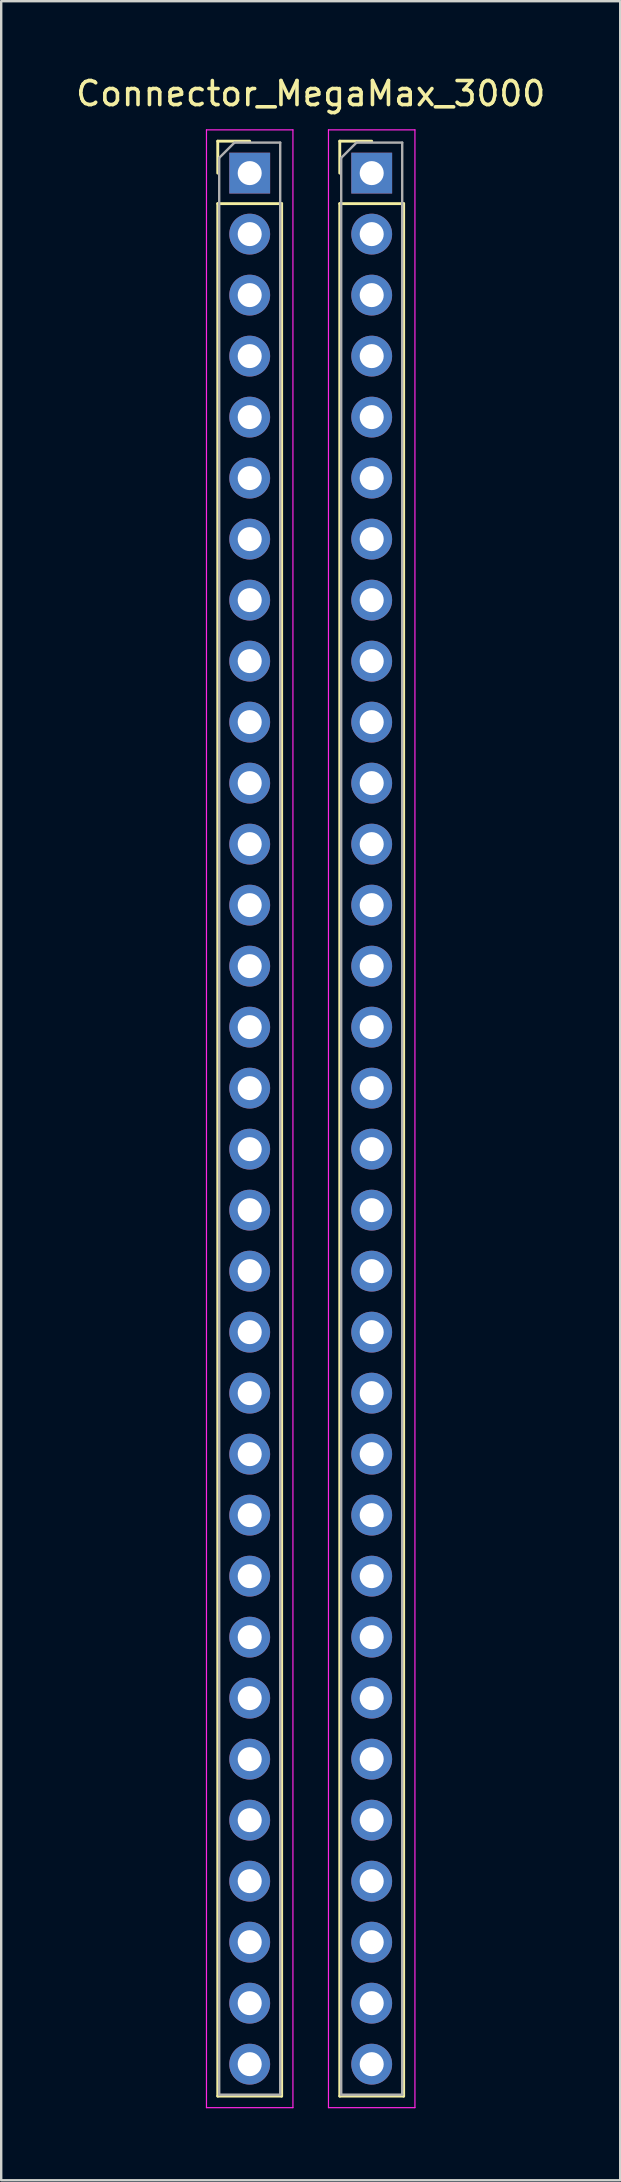
<source format=kicad_pcb>
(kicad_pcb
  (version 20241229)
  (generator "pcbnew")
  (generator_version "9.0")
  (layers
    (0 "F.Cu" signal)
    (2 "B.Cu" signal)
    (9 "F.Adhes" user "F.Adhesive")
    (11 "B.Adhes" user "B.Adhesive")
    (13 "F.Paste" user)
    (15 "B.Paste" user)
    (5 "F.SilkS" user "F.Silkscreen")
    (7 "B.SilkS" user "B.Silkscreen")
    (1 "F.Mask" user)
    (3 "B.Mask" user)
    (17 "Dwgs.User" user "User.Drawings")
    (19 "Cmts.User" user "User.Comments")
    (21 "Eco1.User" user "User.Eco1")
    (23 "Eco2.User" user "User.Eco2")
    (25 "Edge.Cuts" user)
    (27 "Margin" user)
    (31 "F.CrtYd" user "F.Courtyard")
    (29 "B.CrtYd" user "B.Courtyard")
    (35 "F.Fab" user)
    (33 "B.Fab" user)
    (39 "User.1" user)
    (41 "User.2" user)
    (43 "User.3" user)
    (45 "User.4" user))
  (footprint "Connector_MegaMax_3000"
    (layer "F.Cu")
    (at 9.887 43.528)
    (property "Reference" "Connector_MegaMax_3000" (at 0 -42.68 0) (layer "F.SilkS") (effects (font (size 1 1) (thickness 0.15))))
    (attr through_hole)
    (fp_line (start -3.87 -40.7) (end -2.54 -40.7) (stroke (width 0.12) (type solid)) (layer "F.SilkS"))
    (fp_line (start -3.87 -39.37) (end -3.87 -40.7) (stroke (width 0.12) (type solid)) (layer "F.SilkS"))
    (fp_line (start -3.87 -38.1) (end -3.87 40.7) (stroke (width 0.12) (type solid)) (layer "F.SilkS"))
    (fp_line (start -3.87 -38.1) (end -1.21 -38.1) (stroke (width 0.12) (type solid)) (layer "F.SilkS"))
    (fp_line (start -3.87 40.7) (end -1.21 40.7) (stroke (width 0.12) (type solid)) (layer "F.SilkS"))
    (fp_line (start -1.21 -38.1) (end -1.21 40.7) (stroke (width 0.12) (type solid)) (layer "F.SilkS"))
    (fp_line (start 1.21 -40.7) (end 2.54 -40.7) (stroke (width 0.12) (type solid)) (layer "F.SilkS"))
    (fp_line (start 1.21 -39.37) (end 1.21 -40.7) (stroke (width 0.12) (type solid)) (layer "F.SilkS"))
    (fp_line (start 1.21 -38.1) (end 1.21 40.7) (stroke (width 0.12) (type solid)) (layer "F.SilkS"))
    (fp_line (start 1.21 -38.1) (end 3.87 -38.1) (stroke (width 0.12) (type solid)) (layer "F.SilkS"))
    (fp_line (start 1.21 40.7) (end 3.87 40.7) (stroke (width 0.12) (type solid)) (layer "F.SilkS"))
    (fp_line (start 3.87 -38.1) (end 3.87 40.7) (stroke (width 0.12) (type solid)) (layer "F.SilkS"))
    (fp_line (start -4.34 -41.17) (end -4.34 41.18) (stroke (width 0.05) (type solid)) (layer "F.CrtYd"))
    (fp_line (start -4.34 41.18) (end -0.74 41.18) (stroke (width 0.05) (type solid)) (layer "F.CrtYd"))
    (fp_line (start -0.74 -41.17) (end -4.34 -41.17) (stroke (width 0.05) (type solid)) (layer "F.CrtYd"))
    (fp_line (start -0.74 41.18) (end -0.74 -41.17) (stroke (width 0.05) (type solid)) (layer "F.CrtYd"))
    (fp_line (start 0.74 -41.17) (end 0.74 41.18) (stroke (width 0.05) (type solid)) (layer "F.CrtYd"))
    (fp_line (start 0.74 41.18) (end 4.34 41.18) (stroke (width 0.05) (type solid)) (layer "F.CrtYd"))
    (fp_line (start 4.34 -41.17) (end 0.74 -41.17) (stroke (width 0.05) (type solid)) (layer "F.CrtYd"))
    (fp_line (start 4.34 41.18) (end 4.34 -41.17) (stroke (width 0.05) (type solid)) (layer "F.CrtYd"))
    (fp_line (start -3.81 -40.005) (end -3.175 -40.64) (stroke (width 0.1) (type solid)) (layer "F.Fab"))
    (fp_line (start -3.81 40.64) (end -3.81 -40.005) (stroke (width 0.1) (type solid)) (layer "F.Fab"))
    (fp_line (start -3.175 -40.64) (end -1.27 -40.64) (stroke (width 0.1) (type solid)) (layer "F.Fab"))
    (fp_line (start -1.27 -40.64) (end -1.27 40.64) (stroke (width 0.1) (type solid)) (layer "F.Fab"))
    (fp_line (start -1.27 40.64) (end -3.81 40.64) (stroke (width 0.1) (type solid)) (layer "F.Fab"))
    (fp_line (start 1.27 -40.005) (end 1.905 -40.64) (stroke (width 0.1) (type solid)) (layer "F.Fab"))
    (fp_line (start 1.27 40.64) (end 1.27 -40.005) (stroke (width 0.1) (type solid)) (layer "F.Fab"))
    (fp_line (start 1.905 -40.64) (end 3.81 -40.64) (stroke (width 0.1) (type solid)) (layer "F.Fab"))
    (fp_line (start 3.81 -40.64) (end 3.81 40.64) (stroke (width 0.1) (type solid)) (layer "F.Fab"))
    (fp_line (start 3.81 40.64) (end 1.27 40.64) (stroke (width 0.1) (type solid)) (layer "F.Fab"))
    (pad "1" thru_hole rect (at -2.54 -39.37) (size 1.7 1.7) (drill 1) (layers "*.Cu" "*.Mask"))
    (pad "2" thru_hole rect (at 2.54 -39.37) (size 1.7 1.7) (drill 1) (layers "*.Cu" "*.Mask"))
    (pad "3" thru_hole oval (at -2.54 -36.83) (size 1.7 1.7) (drill 1) (layers "*.Cu" "*.Mask"))
    (pad "4" thru_hole oval (at 2.54 -36.83) (size 1.7 1.7) (drill 1) (layers "*.Cu" "*.Mask"))
    (pad "5" thru_hole oval (at -2.54 -34.29) (size 1.7 1.7) (drill 1) (layers "*.Cu" "*.Mask"))
    (pad "6" thru_hole oval (at 2.54 -34.29) (size 1.7 1.7) (drill 1) (layers "*.Cu" "*.Mask"))
    (pad "7" thru_hole oval (at -2.54 -31.75) (size 1.7 1.7) (drill 1) (layers "*.Cu" "*.Mask"))
    (pad "8" thru_hole oval (at 2.54 -31.75) (size 1.7 1.7) (drill 1) (layers "*.Cu" "*.Mask"))
    (pad "9" thru_hole oval (at -2.54 -29.21) (size 1.7 1.7) (drill 1) (layers "*.Cu" "*.Mask"))
    (pad "10" thru_hole oval (at 2.54 -29.21) (size 1.7 1.7) (drill 1) (layers "*.Cu" "*.Mask"))
    (pad "11" thru_hole oval (at -2.54 -26.67) (size 1.7 1.7) (drill 1) (layers "*.Cu" "*.Mask"))
    (pad "12" thru_hole oval (at 2.54 -26.67) (size 1.7 1.7) (drill 1) (layers "*.Cu" "*.Mask"))
    (pad "13" thru_hole oval (at -2.54 -24.13) (size 1.7 1.7) (drill 1) (layers "*.Cu" "*.Mask"))
    (pad "14" thru_hole oval (at 2.54 -24.13) (size 1.7 1.7) (drill 1) (layers "*.Cu" "*.Mask"))
    (pad "15" thru_hole oval (at -2.54 -21.59) (size 1.7 1.7) (drill 1) (layers "*.Cu" "*.Mask"))
    (pad "16" thru_hole oval (at 2.54 -21.59) (size 1.7 1.7) (drill 1) (layers "*.Cu" "*.Mask"))
    (pad "17" thru_hole oval (at -2.54 -19.05) (size 1.7 1.7) (drill 1) (layers "*.Cu" "*.Mask"))
    (pad "18" thru_hole oval (at 2.54 -19.05) (size 1.7 1.7) (drill 1) (layers "*.Cu" "*.Mask"))
    (pad "19" thru_hole oval (at -2.54 -16.51) (size 1.7 1.7) (drill 1) (layers "*.Cu" "*.Mask"))
    (pad "20" thru_hole oval (at 2.54 -16.51) (size 1.7 1.7) (drill 1) (layers "*.Cu" "*.Mask"))
    (pad "21" thru_hole oval (at -2.54 -13.97) (size 1.7 1.7) (drill 1) (layers "*.Cu" "*.Mask"))
    (pad "22" thru_hole oval (at 2.54 -13.97) (size 1.7 1.7) (drill 1) (layers "*.Cu" "*.Mask"))
    (pad "23" thru_hole oval (at -2.54 -11.43) (size 1.7 1.7) (drill 1) (layers "*.Cu" "*.Mask"))
    (pad "24" thru_hole oval (at 2.54 -11.43) (size 1.7 1.7) (drill 1) (layers "*.Cu" "*.Mask"))
    (pad "25" thru_hole oval (at -2.54 -8.89) (size 1.7 1.7) (drill 1) (layers "*.Cu" "*.Mask"))
    (pad "26" thru_hole oval (at 2.54 -8.89) (size 1.7 1.7) (drill 1) (layers "*.Cu" "*.Mask"))
    (pad "27" thru_hole oval (at -2.54 -6.35) (size 1.7 1.7) (drill 1) (layers "*.Cu" "*.Mask"))
    (pad "28" thru_hole oval (at 2.54 -6.35) (size 1.7 1.7) (drill 1) (layers "*.Cu" "*.Mask"))
    (pad "29" thru_hole oval (at -2.54 -3.81) (size 1.7 1.7) (drill 1) (layers "*.Cu" "*.Mask"))
    (pad "30" thru_hole oval (at 2.54 -3.81) (size 1.7 1.7) (drill 1) (layers "*.Cu" "*.Mask"))
    (pad "31" thru_hole oval (at -2.54 -1.27) (size 1.7 1.7) (drill 1) (layers "*.Cu" "*.Mask"))
    (pad "32" thru_hole oval (at 2.54 -1.27) (size 1.7 1.7) (drill 1) (layers "*.Cu" "*.Mask"))
    (pad "33" thru_hole oval (at -2.54 1.27) (size 1.7 1.7) (drill 1) (layers "*.Cu" "*.Mask"))
    (pad "34" thru_hole oval (at 2.54 1.27) (size 1.7 1.7) (drill 1) (layers "*.Cu" "*.Mask"))
    (pad "35" thru_hole oval (at -2.54 3.81) (size 1.7 1.7) (drill 1) (layers "*.Cu" "*.Mask"))
    (pad "36" thru_hole oval (at 2.54 3.81) (size 1.7 1.7) (drill 1) (layers "*.Cu" "*.Mask"))
    (pad "37" thru_hole oval (at -2.54 6.35) (size 1.7 1.7) (drill 1) (layers "*.Cu" "*.Mask"))
    (pad "38" thru_hole oval (at 2.54 6.35) (size 1.7 1.7) (drill 1) (layers "*.Cu" "*.Mask"))
    (pad "39" thru_hole oval (at -2.54 8.89) (size 1.7 1.7) (drill 1) (layers "*.Cu" "*.Mask"))
    (pad "40" thru_hole oval (at 2.54 8.89) (size 1.7 1.7) (drill 1) (layers "*.Cu" "*.Mask"))
    (pad "41" thru_hole oval (at -2.54 11.43) (size 1.7 1.7) (drill 1) (layers "*.Cu" "*.Mask"))
    (pad "42" thru_hole oval (at 2.54 11.43) (size 1.7 1.7) (drill 1) (layers "*.Cu" "*.Mask"))
    (pad "43" thru_hole oval (at -2.54 13.97) (size 1.7 1.7) (drill 1) (layers "*.Cu" "*.Mask"))
    (pad "44" thru_hole oval (at 2.54 13.97) (size 1.7 1.7) (drill 1) (layers "*.Cu" "*.Mask"))
    (pad "45" thru_hole oval (at -2.54 16.51) (size 1.7 1.7) (drill 1) (layers "*.Cu" "*.Mask"))
    (pad "46" thru_hole oval (at 2.54 16.51) (size 1.7 1.7) (drill 1) (layers "*.Cu" "*.Mask"))
    (pad "47" thru_hole oval (at -2.54 19.05) (size 1.7 1.7) (drill 1) (layers "*.Cu" "*.Mask"))
    (pad "48" thru_hole oval (at 2.54 19.05) (size 1.7 1.7) (drill 1) (layers "*.Cu" "*.Mask"))
    (pad "49" thru_hole oval (at -2.54 21.59) (size 1.7 1.7) (drill 1) (layers "*.Cu" "*.Mask"))
    (pad "50" thru_hole oval (at 2.54 21.59) (size 1.7 1.7) (drill 1) (layers "*.Cu" "*.Mask"))
    (pad "51" thru_hole oval (at -2.54 24.13) (size 1.7 1.7) (drill 1) (layers "*.Cu" "*.Mask"))
    (pad "52" thru_hole oval (at 2.54 24.13) (size 1.7 1.7) (drill 1) (layers "*.Cu" "*.Mask"))
    (pad "53" thru_hole oval (at -2.54 26.67) (size 1.7 1.7) (drill 1) (layers "*.Cu" "*.Mask"))
    (pad "54" thru_hole oval (at 2.54 26.67) (size 1.7 1.7) (drill 1) (layers "*.Cu" "*.Mask"))
    (pad "55" thru_hole oval (at -2.54 29.21) (size 1.7 1.7) (drill 1) (layers "*.Cu" "*.Mask"))
    (pad "56" thru_hole oval (at 2.54 29.21) (size 1.7 1.7) (drill 1) (layers "*.Cu" "*.Mask"))
    (pad "57" thru_hole oval (at -2.54 31.75) (size 1.7 1.7) (drill 1) (layers "*.Cu" "*.Mask"))
    (pad "58" thru_hole oval (at 2.54 31.75) (size 1.7 1.7) (drill 1) (layers "*.Cu" "*.Mask"))
    (pad "59" thru_hole oval (at -2.54 34.29) (size 1.7 1.7) (drill 1) (layers "*.Cu" "*.Mask"))
    (pad "60" thru_hole oval (at 2.54 34.29) (size 1.7 1.7) (drill 1) (layers "*.Cu" "*.Mask"))
    (pad "61" thru_hole oval (at -2.54 36.83) (size 1.7 1.7) (drill 1) (layers "*.Cu" "*.Mask"))
    (pad "62" thru_hole oval (at 2.54 36.83) (size 1.7 1.7) (drill 1) (layers "*.Cu" "*.Mask"))
    (pad "63" thru_hole oval (at -2.54 39.37) (size 1.7 1.7) (drill 1) (layers "*.Cu" "*.Mask"))
    (pad "64" thru_hole oval (at 2.54 39.37) (size 1.7 1.7) (drill 1) (layers "*.Cu" "*.Mask")))
  (gr_rect
    (start -3 -3)
    (end 22.774 87.733)
    (stroke (width 0.1) (type default))
    (fill no)
    (layer "Edge.Cuts")))
</source>
